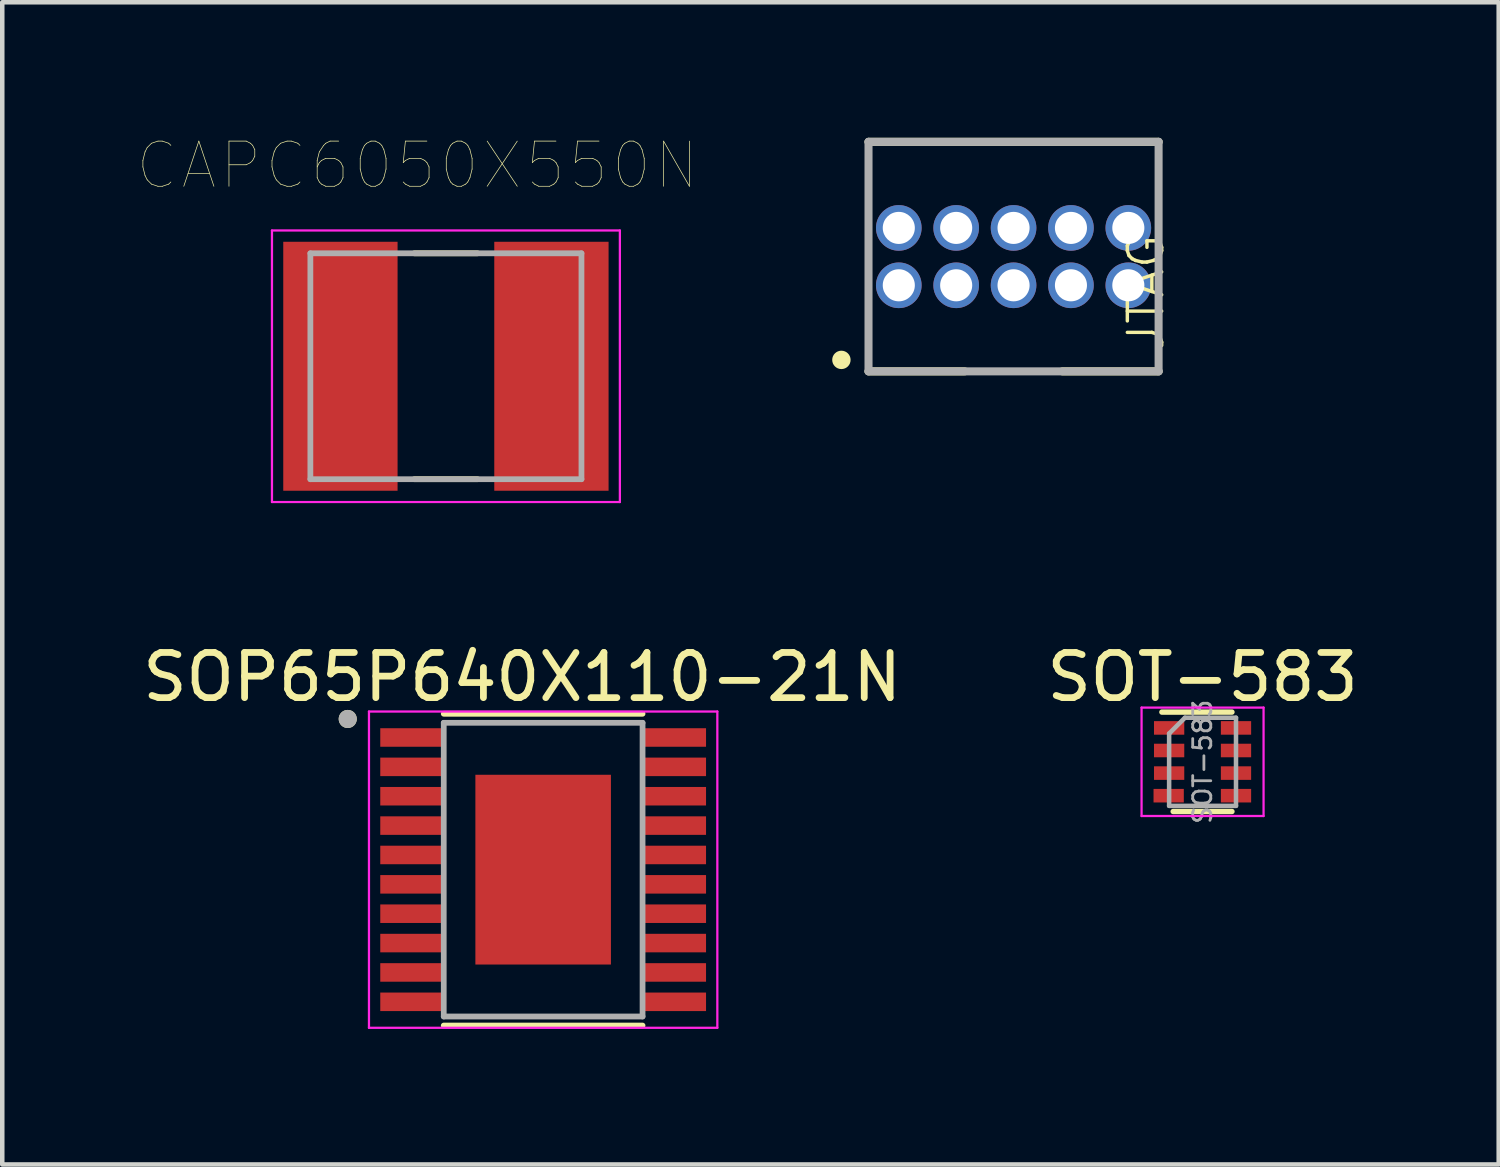
<source format=kicad_pcb>
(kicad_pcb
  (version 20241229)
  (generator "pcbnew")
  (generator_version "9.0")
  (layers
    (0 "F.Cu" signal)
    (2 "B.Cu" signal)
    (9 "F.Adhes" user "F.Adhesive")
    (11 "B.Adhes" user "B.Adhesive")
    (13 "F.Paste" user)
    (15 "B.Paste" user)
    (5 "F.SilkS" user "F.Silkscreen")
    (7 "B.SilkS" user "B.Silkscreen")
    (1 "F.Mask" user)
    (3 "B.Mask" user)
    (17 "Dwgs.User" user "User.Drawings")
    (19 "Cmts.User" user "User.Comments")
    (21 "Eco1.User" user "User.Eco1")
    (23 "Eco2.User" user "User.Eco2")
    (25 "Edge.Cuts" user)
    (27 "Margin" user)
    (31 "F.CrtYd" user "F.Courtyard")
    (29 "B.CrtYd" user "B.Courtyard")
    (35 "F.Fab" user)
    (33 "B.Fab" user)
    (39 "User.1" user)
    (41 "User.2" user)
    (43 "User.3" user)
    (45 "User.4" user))
  (footprint "CAPC6050X550N"
    (layer "F.Cu")
    (at 6.819 5.056)
    (property "Reference" "CAPC6050X550N" (at -0.635 -4.445 0) (layer "F.SilkS") (effects (font (size 1 1) (thickness 0.015))))
    (attr through_hole)
    (fp_line (start -0.7 -2.5) (end 0.7 -2.5) (stroke (width 0.127) (type solid)) (layer "F.SilkS"))
    (fp_line (start -0.7 2.5) (end 0.7 2.5) (stroke (width 0.127) (type solid)) (layer "F.SilkS"))
    (fp_line (start -3.85 -3.005) (end 3.85 -3.005) (stroke (width 0.05) (type solid)) (layer "F.CrtYd"))
    (fp_line (start -3.85 3.005) (end -3.85 -3.005) (stroke (width 0.05) (type solid)) (layer "F.CrtYd"))
    (fp_line (start 3.85 -3.005) (end 3.85 3.005) (stroke (width 0.05) (type solid)) (layer "F.CrtYd"))
    (fp_line (start 3.85 3.005) (end -3.85 3.005) (stroke (width 0.05) (type solid)) (layer "F.CrtYd"))
    (fp_line (start -3 -2.5) (end 3 -2.5) (stroke (width 0.127) (type solid)) (layer "F.Fab"))
    (fp_line (start -3 2.5) (end -3 -2.5) (stroke (width 0.127) (type solid)) (layer "F.Fab"))
    (fp_line (start 3 -2.5) (end 3 2.5) (stroke (width 0.127) (type solid)) (layer "F.Fab"))
    (fp_line (start 3 2.5) (end -3 2.5) (stroke (width 0.127) (type solid)) (layer "F.Fab"))
    (pad "1" smd rect (at -2.335 0) (size 2.53 5.51) (layers "F.Cu" "F.Mask" "F.Paste"))
    (pad "2" smd rect (at 2.335 0) (size 2.53 5.51) (layers "F.Cu" "F.Mask" "F.Paste")))
  (footprint "SOP65P640X110-21N"
    (layer "F.Cu")
    (at 8.971 16.197)
    (property "Reference" "SOP65P640X110-21N" (at -0.465 -4.262 0) (layer "F.SilkS") (effects (font (size 1 1) (thickness 0.15))))
    (attr through_hole)
    (fp_line (start -2.2 -3.45) (end 2.2 -3.45) (stroke (width 0.127) (type solid)) (layer "F.SilkS"))
    (fp_line (start -2.2 3.45) (end 2.2 3.45) (stroke (width 0.127) (type solid)) (layer "F.SilkS"))
    (fp_circle (center -4.325 -3.335) (end -4.225 -3.335) (stroke (width 0.2) (type solid)) (fill no) (layer "F.SilkS"))
    (fp_poly (pts (xy -0.75 -1.05) (xy 0.75 -1.05) (xy 0.75 1.05) (xy -0.75 1.05)) (stroke (width 0.01) (type solid)) (fill yes) (layer "F.Paste"))
    (fp_line (start -3.855 -3.5) (end -3.855 3.5) (stroke (width 0.05) (type solid)) (layer "F.CrtYd"))
    (fp_line (start -3.855 -3.5) (end 3.855 -3.5) (stroke (width 0.05) (type solid)) (layer "F.CrtYd"))
    (fp_line (start -3.855 3.5) (end 3.855 3.5) (stroke (width 0.05) (type solid)) (layer "F.CrtYd"))
    (fp_line (start 3.855 -3.5) (end 3.855 3.5) (stroke (width 0.05) (type solid)) (layer "F.CrtYd"))
    (fp_line (start -2.2 -3.25) (end -2.2 3.25) (stroke (width 0.127) (type solid)) (layer "F.Fab"))
    (fp_line (start -2.2 -3.25) (end 2.2 -3.25) (stroke (width 0.127) (type solid)) (layer "F.Fab"))
    (fp_line (start -2.2 3.25) (end 2.2 3.25) (stroke (width 0.127) (type solid)) (layer "F.Fab"))
    (fp_line (start 2.2 -3.25) (end 2.2 3.25) (stroke (width 0.127) (type solid)) (layer "F.Fab"))
    (fp_circle (center -4.325 -3.335) (end -4.225 -3.335) (stroke (width 0.2) (type solid)) (fill no) (layer "F.Fab"))
    (pad "1" smd rect (at -2.885 -2.925) (size 1.44 0.41) (layers "F.Cu" "F.Mask" "F.Paste"))
    (pad "2" smd rect (at -2.885 -2.275) (size 1.44 0.41) (layers "F.Cu" "F.Mask" "F.Paste"))
    (pad "3" smd rect (at -2.885 -1.625) (size 1.44 0.41) (layers "F.Cu" "F.Mask" "F.Paste"))
    (pad "4" smd rect (at -2.885 -0.975) (size 1.44 0.41) (layers "F.Cu" "F.Mask" "F.Paste"))
    (pad "5" smd rect (at -2.885 -0.325) (size 1.44 0.41) (layers "F.Cu" "F.Mask" "F.Paste"))
    (pad "6" smd rect (at -2.885 0.325) (size 1.44 0.41) (layers "F.Cu" "F.Mask" "F.Paste"))
    (pad "7" smd rect (at -2.885 0.975) (size 1.44 0.41) (layers "F.Cu" "F.Mask" "F.Paste"))
    (pad "8" smd rect (at -2.885 1.625) (size 1.44 0.41) (layers "F.Cu" "F.Mask" "F.Paste"))
    (pad "9" smd rect (at -2.885 2.275) (size 1.44 0.41) (layers "F.Cu" "F.Mask" "F.Paste"))
    (pad "10" smd rect (at -2.885 2.925) (size 1.44 0.41) (layers "F.Cu" "F.Mask" "F.Paste"))
    (pad "11" smd rect (at 2.885 2.925) (size 1.44 0.41) (layers "F.Cu" "F.Mask" "F.Paste"))
    (pad "12" smd rect (at 2.885 2.275) (size 1.44 0.41) (layers "F.Cu" "F.Mask" "F.Paste"))
    (pad "13" smd rect (at 2.885 1.625) (size 1.44 0.41) (layers "F.Cu" "F.Mask" "F.Paste"))
    (pad "14" smd rect (at 2.885 0.975) (size 1.44 0.41) (layers "F.Cu" "F.Mask" "F.Paste"))
    (pad "15" smd rect (at 2.885 0.325) (size 1.44 0.41) (layers "F.Cu" "F.Mask" "F.Paste"))
    (pad "16" smd rect (at 2.885 -0.325) (size 1.44 0.41) (layers "F.Cu" "F.Mask" "F.Paste"))
    (pad "17" smd rect (at 2.885 -0.975) (size 1.44 0.41) (layers "F.Cu" "F.Mask" "F.Paste"))
    (pad "18" smd rect (at 2.885 -1.625) (size 1.44 0.41) (layers "F.Cu" "F.Mask" "F.Paste"))
    (pad "19" smd rect (at 2.885 -2.275) (size 1.44 0.41) (layers "F.Cu" "F.Mask" "F.Paste"))
    (pad "20" smd rect (at 2.885 -2.925) (size 1.44 0.41) (layers "F.Cu" "F.Mask" "F.Paste"))
    (pad "21" smd rect (at 0 0) (size 3 4.2) (layers "F.Cu" "F.Mask")))
  (footprint "JTAG"
    (layer "F.Cu")
    (at 19.382 2.629)
    (property "Reference" "JTAG" (at 3.375 2.125 270) (layer "F.SilkS") (effects (font (size 0.76 0.76) (thickness 0.076)) (justify left bottom)))
    (attr through_hole)
    (fp_line (start -1.08 2.54) (end -3.21 2.54) (stroke (width 0.178) (type solid)) (layer "F.SilkS"))
    (fp_line (start 3.21 -2.54) (end -3.21 -2.54) (stroke (width 0.178) (type solid)) (layer "F.SilkS"))
    (fp_line (start 3.21 2.54) (end 1.08 2.54) (stroke (width 0.178) (type solid)) (layer "F.SilkS"))
    (fp_circle (center -3.81 2.286) (end -3.708 2.286) (stroke (width 0.203) (type solid)) (fill no) (layer "F.SilkS"))
    (fp_line (start -3.21 -2.54) (end -3.21 2.54) (stroke (width 0.178) (type solid)) (layer "F.Fab"))
    (fp_line (start -3.21 2.54) (end 3.21 2.54) (stroke (width 0.178) (type solid)) (layer "F.Fab"))
    (fp_line (start 3.21 -2.54) (end -3.21 -2.54) (stroke (width 0.178) (type solid)) (layer "F.Fab"))
    (fp_line (start 3.21 2.54) (end 3.21 -2.54) (stroke (width 0.178) (type solid)) (layer "F.Fab"))
    (pad "1" thru_hole circle (at -2.54 0.635) (size 1.01 1.01) (drill 0.71) (layers "*.Cu" "*.Mask"))
    (pad "2" thru_hole circle (at -2.54 -0.635) (size 1.01 1.01) (drill 0.71) (layers "*.Cu" "*.Mask"))
    (pad "3" thru_hole circle (at -1.27 0.635) (size 1.01 1.01) (drill 0.71) (layers "*.Cu" "*.Mask"))
    (pad "4" thru_hole circle (at -1.27 -0.635) (size 1.01 1.01) (drill 0.71) (layers "*.Cu" "*.Mask"))
    (pad "5" thru_hole circle (at 0 0.635) (size 1.01 1.01) (drill 0.71) (layers "*.Cu" "*.Mask"))
    (pad "6" thru_hole circle (at 0 -0.635) (size 1.01 1.01) (drill 0.71) (layers "*.Cu" "*.Mask"))
    (pad "7" thru_hole circle (at 1.27 0.635) (size 1.01 1.01) (drill 0.71) (layers "*.Cu" "*.Mask"))
    (pad "8" thru_hole circle (at 1.27 -0.635) (size 1.01 1.01) (drill 0.71) (layers "*.Cu" "*.Mask"))
    (pad "9" thru_hole circle (at 2.54 0.635) (size 1.01 1.01) (drill 0.71) (layers "*.Cu" "*.Mask"))
    (pad "10" thru_hole circle (at 2.54 -0.635) (size 1.01 1.01) (drill 0.71) (layers "*.Cu" "*.Mask")))
  (footprint "SOT-583"
    (layer "F.Cu")
    (at 23.565 13.81)
    (property "Reference" "SOT-583" (at 0 -1.875 0) (layer "F.SilkS") (effects (font (size 1 1) (thickness 0.15))))
    (attr smd)
    (fp_line (start -0.9 -1.1) (end 0.65 -1.1) (stroke (width 0.12) (type solid)) (layer "F.SilkS"))
    (fp_line (start 0.65 1.1) (end -0.65 1.1) (stroke (width 0.12) (type solid)) (layer "F.SilkS"))
    (fp_line (start -1.35 -1.2) (end -1.35 1.2) (stroke (width 0.05) (type solid)) (layer "F.CrtYd"))
    (fp_line (start -1.35 -1.2) (end 1.35 -1.2) (stroke (width 0.05) (type solid)) (layer "F.CrtYd"))
    (fp_line (start 1.35 1.2) (end -1.35 1.2) (stroke (width 0.05) (type solid)) (layer "F.CrtYd"))
    (fp_line (start 1.35 1.2) (end 1.35 -1.2) (stroke (width 0.05) (type solid)) (layer "F.CrtYd"))
    (fp_line (start -0.74 -0.625) (end -0.74 0.975) (stroke (width 0.1) (type solid)) (layer "F.Fab"))
    (fp_line (start -0.74 -0.625) (end -0.39 -0.975) (stroke (width 0.1) (type solid)) (layer "F.Fab"))
    (fp_line (start -0.74 0.975) (end 0.74 0.975) (stroke (width 0.1) (type solid)) (layer "F.Fab"))
    (fp_line (start 0.74 -0.975) (end -0.39 -0.975) (stroke (width 0.1) (type solid)) (layer "F.Fab"))
    (fp_line (start 0.74 0.975) (end 0.74 -0.975) (stroke (width 0.1) (type solid)) (layer "F.Fab"))
    (fp_text user "${REFERENCE}" (at 0 0 90) (layer "F.Fab") (effects (font (size 0.4 0.4) (thickness 0.062))))
    (pad "1" smd rect (at -0.74 -0.75) (size 0.67 0.3) (layers "F.Cu" "F.Mask" "F.Paste"))
    (pad "2" smd rect (at -0.74 -0.25) (size 0.67 0.3) (layers "F.Cu" "F.Mask" "F.Paste"))
    (pad "3" smd rect (at -0.74 0.25) (size 0.67 0.3) (layers "F.Cu" "F.Mask" "F.Paste"))
    (pad "4" smd rect (at -0.75 0.75) (size 0.67 0.3) (layers "F.Cu" "F.Mask" "F.Paste"))
    (pad "5" smd rect (at 0.74 0.75) (size 0.67 0.3) (layers "F.Cu" "F.Mask" "F.Paste"))
    (pad "6" smd rect (at 0.74 0.25) (size 0.67 0.3) (layers "F.Cu" "F.Mask" "F.Paste"))
    (pad "7" smd rect (at 0.74 -0.25) (size 0.67 0.3) (layers "F.Cu" "F.Mask" "F.Paste"))
    (pad "8" smd rect (at 0.74 -0.75) (size 0.67 0.3) (layers "F.Cu" "F.Mask" "F.Paste")))
  (gr_rect
    (start -3 -3)
    (end 30.119 22.722)
    (stroke (width 0.1) (type default))
    (fill no)
    (layer "Edge.Cuts")))
</source>
